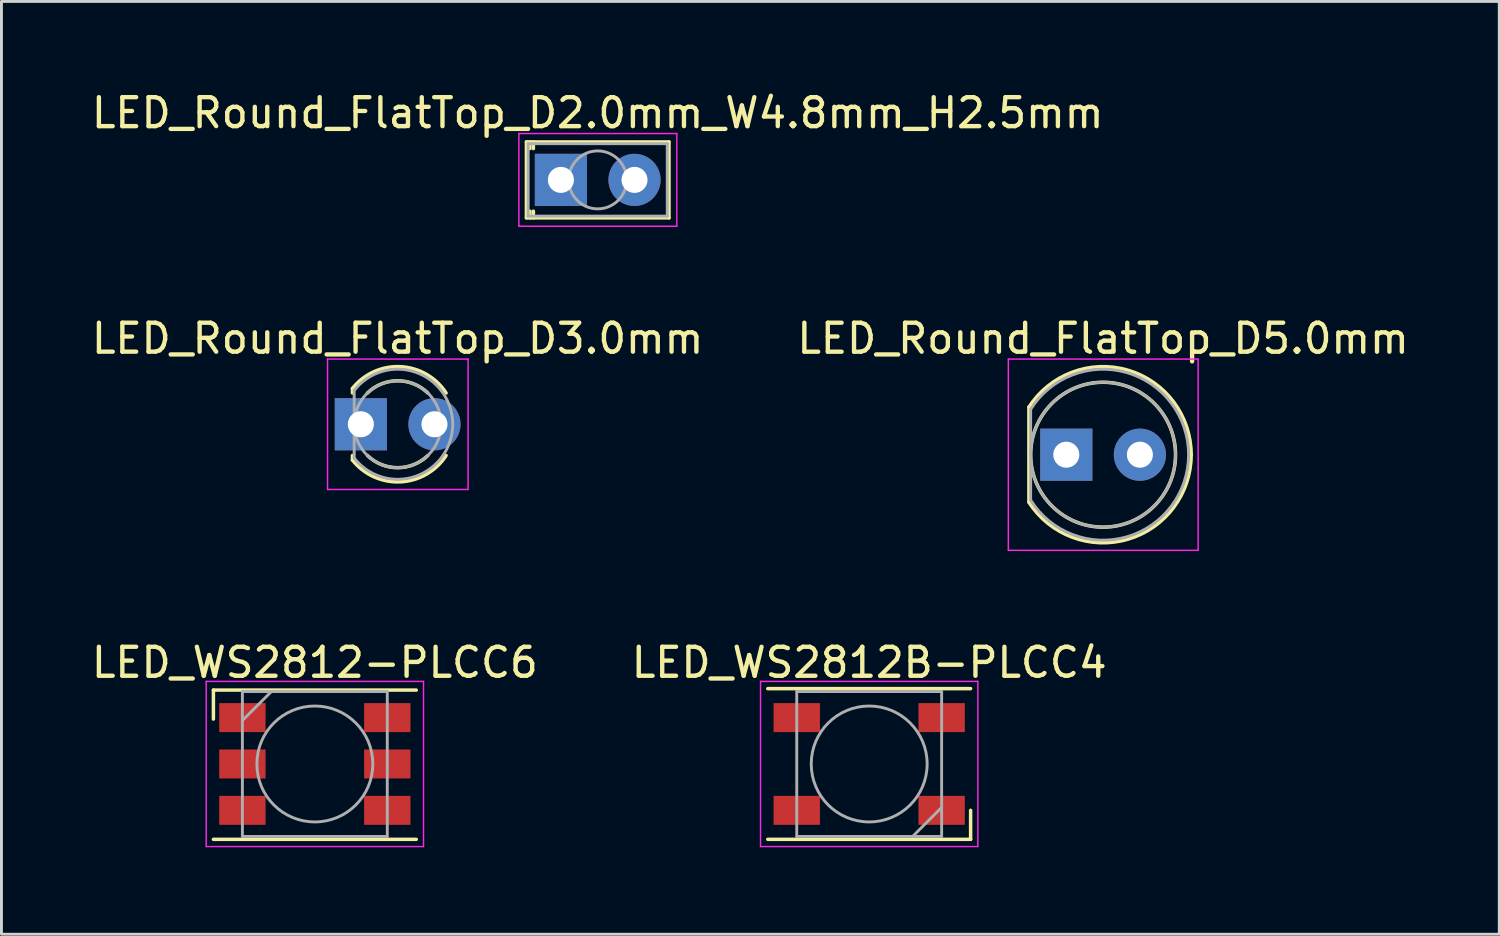
<source format=kicad_pcb>
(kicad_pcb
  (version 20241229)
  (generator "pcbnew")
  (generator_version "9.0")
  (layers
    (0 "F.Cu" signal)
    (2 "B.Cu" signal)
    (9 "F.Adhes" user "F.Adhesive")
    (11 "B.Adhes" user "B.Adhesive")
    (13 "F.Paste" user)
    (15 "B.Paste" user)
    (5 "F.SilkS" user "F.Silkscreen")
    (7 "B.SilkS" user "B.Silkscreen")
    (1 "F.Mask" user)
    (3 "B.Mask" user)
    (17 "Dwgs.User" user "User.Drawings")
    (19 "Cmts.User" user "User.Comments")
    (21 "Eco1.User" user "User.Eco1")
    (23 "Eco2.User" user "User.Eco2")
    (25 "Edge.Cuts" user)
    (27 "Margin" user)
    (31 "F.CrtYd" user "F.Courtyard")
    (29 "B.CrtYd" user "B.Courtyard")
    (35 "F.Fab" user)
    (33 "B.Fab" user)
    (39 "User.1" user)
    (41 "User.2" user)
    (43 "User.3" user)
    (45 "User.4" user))
  (footprint "LED_WS2812B-PLCC4"
    (layer "F.Cu")
    (at 26.946 23.315)
    (property "Reference" "LED_WS2812B-PLCC4" (at 0 -3.5 0) (layer "F.SilkS") (effects (font (size 1 1) (thickness 0.15))))
    (attr smd)
    (fp_line (start -3.5 -2.6) (end 3.5 -2.6) (stroke (width 0.12) (type solid)) (layer "F.SilkS"))
    (fp_line (start -3.5 2.6) (end 3.5 2.6) (stroke (width 0.12) (type solid)) (layer "F.SilkS"))
    (fp_line (start 3.5 2.6) (end 3.5 1.6) (stroke (width 0.12) (type solid)) (layer "F.SilkS"))
    (fp_line (start -3.75 -2.85) (end -3.75 2.85) (stroke (width 0.05) (type solid)) (layer "F.CrtYd"))
    (fp_line (start -3.75 2.85) (end 3.75 2.85) (stroke (width 0.05) (type solid)) (layer "F.CrtYd"))
    (fp_line (start 3.75 -2.85) (end -3.75 -2.85) (stroke (width 0.05) (type solid)) (layer "F.CrtYd"))
    (fp_line (start 3.75 2.85) (end 3.75 -2.85) (stroke (width 0.05) (type solid)) (layer "F.CrtYd"))
    (fp_line (start -2.5 -2.5) (end -2.5 2.5) (stroke (width 0.1) (type solid)) (layer "F.Fab"))
    (fp_line (start -2.5 2.5) (end 2.5 2.5) (stroke (width 0.1) (type solid)) (layer "F.Fab"))
    (fp_line (start 2.5 -2.5) (end -2.5 -2.5) (stroke (width 0.1) (type solid)) (layer "F.Fab"))
    (fp_line (start 2.5 1.5) (end 1.5 2.5) (stroke (width 0.1) (type solid)) (layer "F.Fab"))
    (fp_line (start 2.5 2.5) (end 2.5 -2.5) (stroke (width 0.1) (type solid)) (layer "F.Fab"))
    (fp_circle (center 0 0) (end 0 -2) (stroke (width 0.1) (type solid)) (fill no) (layer "F.Fab"))
    (pad "1" smd rect (at -2.5 -1.6) (size 1.6 1) (layers "F.Cu" "F.Mask" "F.Paste"))
    (pad "2" smd rect (at -2.5 1.6) (size 1.6 1) (layers "F.Cu" "F.Mask" "F.Paste"))
    (pad "3" smd rect (at 2.5 1.6) (size 1.6 1) (layers "F.Cu" "F.Mask" "F.Paste"))
    (pad "4" smd rect (at 2.5 -1.6) (size 1.6 1) (layers "F.Cu" "F.Mask" "F.Paste")))
  (footprint "LED_Round_FlatTop_D5.0mm"
    (layer "F.Cu")
    (at 33.748 12.642)
    (property "Reference" "LED_Round_FlatTop_D5.0mm" (at 1.27 -4.01 0) (layer "F.SilkS") (effects (font (size 1 1) (thickness 0.15))))
    (attr through_hole)
    (fp_line (start -1.29 -1.64) (end -1.29 1.64) (stroke (width 0.12) (type solid)) (layer "F.SilkS"))
    (fp_arc (start -1.29 -1.639512) (mid 2.125106 -2.917258) (end 4.309999 0.001958) (stroke (width 0.12) (type solid)) (layer "F.SilkS"))
    (fp_arc (start 4.309999 -0.001958) (mid 2.125106 2.917258) (end -1.29 1.639512) (stroke (width 0.12) (type solid)) (layer "F.SilkS"))
    (fp_circle (center 1.27 0) (end 3.77 0) (stroke (width 0.12) (type solid)) (fill no) (layer "F.SilkS"))
    (fp_line (start -2 -3.3) (end -2 3.3) (stroke (width 0.05) (type solid)) (layer "F.CrtYd"))
    (fp_line (start -2 3.3) (end 4.55 3.3) (stroke (width 0.05) (type solid)) (layer "F.CrtYd"))
    (fp_line (start 4.55 -3.3) (end -2 -3.3) (stroke (width 0.05) (type solid)) (layer "F.CrtYd"))
    (fp_line (start 4.55 3.3) (end 4.55 -3.3) (stroke (width 0.05) (type solid)) (layer "F.CrtYd"))
    (fp_line (start -1.23 -1.566) (end -1.23 1.566) (stroke (width 0.1) (type solid)) (layer "F.Fab"))
    (fp_arc (start -1.23 -1.566046) (mid 4.22 0.00071) (end -1.230753 1.564843) (stroke (width 0.1) (type solid)) (layer "F.Fab"))
    (fp_circle (center 1.27 0) (end 3.77 0) (stroke (width 0.1) (type solid)) (fill no) (layer "F.Fab"))
    (pad "1" thru_hole rect (at 0 0) (size 1.8 1.8) (drill 0.9) (layers "*.Cu" "*.Mask"))
    (pad "2" thru_hole circle (at 2.54 0) (size 1.8 1.8) (drill 0.9) (layers "*.Cu" "*.Mask")))
  (footprint "LED_Round_FlatTop_D3.0mm"
    (layer "F.Cu")
    (at 9.403 11.591)
    (property "Reference" "LED_Round_FlatTop_D3.0mm" (at 1.27 -2.96 0) (layer "F.SilkS") (effects (font (size 1 1) (thickness 0.15))))
    (attr through_hole)
    (fp_line (start -0.29 -1.236) (end -0.29 -1.08) (stroke (width 0.12) (type solid)) (layer "F.SilkS"))
    (fp_line (start -0.29 1.08) (end -0.29 1.236) (stroke (width 0.12) (type solid)) (layer "F.SilkS"))
    (fp_arc (start -0.29 -1.235516) (mid 1.366487 -1.987659) (end 2.942335 -1.078608) (stroke (width 0.12) (type solid)) (layer "F.SilkS"))
    (fp_arc (start 0.229039 -1.08) (mid 1.270117 -1.5) (end 2.31113 -1.079837) (stroke (width 0.12) (type solid)) (layer "F.SilkS"))
    (fp_arc (start 2.31113 1.079837) (mid 1.270117 1.5) (end 0.229039 1.08) (stroke (width 0.12) (type solid)) (layer "F.SilkS"))
    (fp_arc (start 2.942335 1.078608) (mid 1.366487 1.987659) (end -0.29 1.235516) (stroke (width 0.12) (type solid)) (layer "F.SilkS"))
    (fp_line (start -1.15 -2.25) (end -1.15 2.25) (stroke (width 0.05) (type solid)) (layer "F.CrtYd"))
    (fp_line (start -1.15 2.25) (end 3.7 2.25) (stroke (width 0.05) (type solid)) (layer "F.CrtYd"))
    (fp_line (start 3.7 -2.25) (end -1.15 -2.25) (stroke (width 0.05) (type solid)) (layer "F.CrtYd"))
    (fp_line (start 3.7 2.25) (end 3.7 -2.25) (stroke (width 0.05) (type solid)) (layer "F.CrtYd"))
    (fp_line (start -0.23 -1.166) (end -0.23 1.166) (stroke (width 0.1) (type solid)) (layer "F.Fab"))
    (fp_arc (start -0.23 -1.16619) (mid 3.17 0.000452) (end -0.230555 1.165476) (stroke (width 0.1) (type solid)) (layer "F.Fab"))
    (fp_circle (center 1.27 0) (end 2.77 0) (stroke (width 0.1) (type solid)) (fill no) (layer "F.Fab"))
    (pad "1" thru_hole rect (at 0 0) (size 1.8 1.8) (drill 0.9) (layers "*.Cu" "*.Mask"))
    (pad "2" thru_hole circle (at 2.54 0) (size 1.8 1.8) (drill 0.9) (layers "*.Cu" "*.Mask")))
  (footprint "LED_Round_FlatTop_D2.0mm_W4.8mm_H2.5mm"
    (layer "F.Cu")
    (at 16.307 3.158)
    (property "Reference" "LED_Round_FlatTop_D2.0mm_W4.8mm_H2.5mm" (at 1.27 -2.31 0) (layer "F.SilkS") (effects (font (size 1 1) (thickness 0.15))))
    (attr through_hole)
    (fp_line (start -1.19 -1.31) (end -1.19 1.31) (stroke (width 0.12) (type solid)) (layer "F.SilkS"))
    (fp_line (start -1.19 -1.31) (end 3.73 -1.31) (stroke (width 0.12) (type solid)) (layer "F.SilkS"))
    (fp_line (start -1.19 1.31) (end 3.73 1.31) (stroke (width 0.12) (type solid)) (layer "F.SilkS"))
    (fp_line (start -1.07 -1.31) (end -1.07 -1.08) (stroke (width 0.12) (type solid)) (layer "F.SilkS"))
    (fp_line (start -1.07 1.08) (end -1.07 1.31) (stroke (width 0.12) (type solid)) (layer "F.SilkS"))
    (fp_line (start -0.95 -1.31) (end -0.95 -1.08) (stroke (width 0.12) (type solid)) (layer "F.SilkS"))
    (fp_line (start -0.95 1.08) (end -0.95 1.31) (stroke (width 0.12) (type solid)) (layer "F.SilkS"))
    (fp_line (start 3.73 -1.31) (end 3.73 1.31) (stroke (width 0.12) (type solid)) (layer "F.SilkS"))
    (fp_line (start -1.45 -1.6) (end -1.45 1.6) (stroke (width 0.05) (type solid)) (layer "F.CrtYd"))
    (fp_line (start -1.45 1.6) (end 4 1.6) (stroke (width 0.05) (type solid)) (layer "F.CrtYd"))
    (fp_line (start 4 -1.6) (end -1.45 -1.6) (stroke (width 0.05) (type solid)) (layer "F.CrtYd"))
    (fp_line (start 4 1.6) (end 4 -1.6) (stroke (width 0.05) (type solid)) (layer "F.CrtYd"))
    (fp_line (start -1.13 -1.25) (end -1.13 1.25) (stroke (width 0.1) (type solid)) (layer "F.Fab"))
    (fp_line (start -1.13 1.25) (end 3.67 1.25) (stroke (width 0.1) (type solid)) (layer "F.Fab"))
    (fp_line (start 3.67 -1.25) (end -1.13 -1.25) (stroke (width 0.1) (type solid)) (layer "F.Fab"))
    (fp_line (start 3.67 1.25) (end 3.67 -1.25) (stroke (width 0.1) (type solid)) (layer "F.Fab"))
    (fp_circle (center 1.27 0) (end 2.27 0) (stroke (width 0.1) (type solid)) (fill no) (layer "F.Fab"))
    (pad "1" thru_hole rect (at 0 0) (size 1.8 1.8) (drill 0.9) (layers "*.Cu" "*.Mask"))
    (pad "2" thru_hole circle (at 2.54 0) (size 1.8 1.8) (drill 0.9) (layers "*.Cu" "*.Mask")))
  (footprint "LED_WS2812-PLCC6"
    (layer "F.Cu")
    (at 7.815 23.315)
    (property "Reference" "LED_WS2812-PLCC6" (at 0 -3.5 0) (layer "F.SilkS") (effects (font (size 1 1) (thickness 0.15))))
    (attr smd)
    (fp_line (start -3.5 -2.55) (end 3.5 -2.55) (stroke (width 0.12) (type solid)) (layer "F.SilkS"))
    (fp_line (start -3.5 -1.55) (end -3.5 -2.55) (stroke (width 0.12) (type solid)) (layer "F.SilkS"))
    (fp_line (start -3.5 2.6) (end 3.5 2.6) (stroke (width 0.12) (type solid)) (layer "F.SilkS"))
    (fp_line (start -3.75 -2.85) (end -3.75 2.85) (stroke (width 0.05) (type solid)) (layer "F.CrtYd"))
    (fp_line (start -3.75 2.85) (end 3.75 2.85) (stroke (width 0.05) (type solid)) (layer "F.CrtYd"))
    (fp_line (start 3.75 -2.85) (end -3.75 -2.85) (stroke (width 0.05) (type solid)) (layer "F.CrtYd"))
    (fp_line (start 3.75 2.85) (end 3.75 -2.85) (stroke (width 0.05) (type solid)) (layer "F.CrtYd"))
    (fp_line (start -2.5 -2.5) (end 2.5 -2.5) (stroke (width 0.1) (type solid)) (layer "F.Fab"))
    (fp_line (start -2.5 -1.5) (end -1.5 -2.5) (stroke (width 0.1) (type solid)) (layer "F.Fab"))
    (fp_line (start -2.5 2.5) (end -2.5 -2.5) (stroke (width 0.1) (type solid)) (layer "F.Fab"))
    (fp_line (start 2.5 -2.5) (end 2.5 2.5) (stroke (width 0.1) (type solid)) (layer "F.Fab"))
    (fp_line (start 2.5 2.5) (end -2.5 2.5) (stroke (width 0.1) (type solid)) (layer "F.Fab"))
    (fp_circle (center 0 0) (end 0 -2) (stroke (width 0.1) (type solid)) (fill no) (layer "F.Fab"))
    (pad "1" smd rect (at -2.5 -1.6) (size 1.6 1) (layers "F.Cu" "F.Mask" "F.Paste"))
    (pad "2" smd rect (at -2.5 0) (size 1.6 1) (layers "F.Cu" "F.Mask" "F.Paste"))
    (pad "3" smd rect (at -2.5 1.6) (size 1.6 1) (layers "F.Cu" "F.Mask" "F.Paste"))
    (pad "4" smd rect (at 2.5 1.6) (size 1.6 1) (layers "F.Cu" "F.Mask" "F.Paste"))
    (pad "5" smd rect (at 2.5 0) (size 1.6 1) (layers "F.Cu" "F.Mask" "F.Paste"))
    (pad "6" smd rect (at 2.5 -1.6) (size 1.6 1) (layers "F.Cu" "F.Mask" "F.Paste")))
  (gr_rect
    (start -3 -3)
    (end 48.69 29.19)
    (stroke (width 0.1) (type default))
    (fill no)
    (layer "Edge.Cuts")))
</source>
